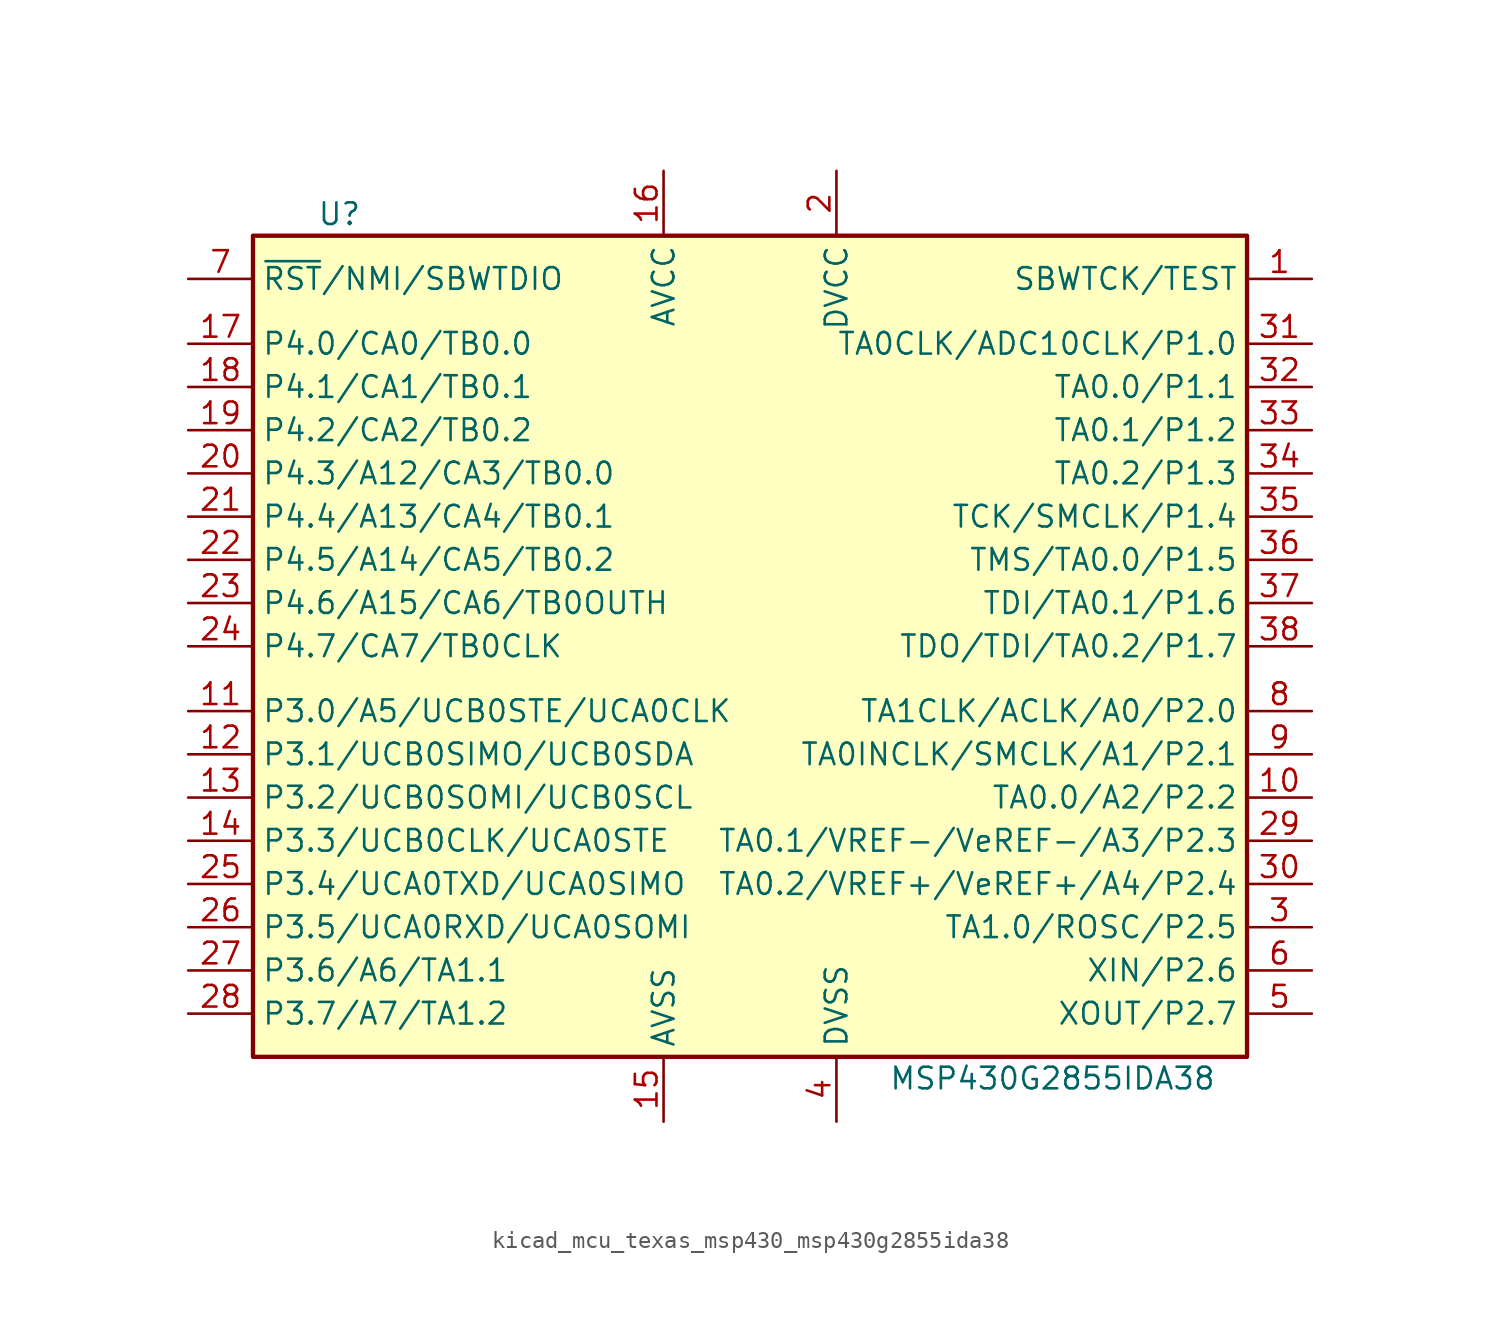
<source format=kicad_sym>
(kicad_symbol_lib
  (version 20220914)
  (generator kicad_symbol_editor)
  (symbol "kicad_mcu_texas_msp430_msp430g2855ida38"
    (property "Reference" "U"
      (at -24.13 25.4 0)
      (effects (font (size 1.27 1.27))))
    (property "Value" "MSP430G2855IDA38"
      (at 17.78 -25.4 0)
      (effects (font (size 1.27 1.27))))
    (symbol "kicad_mcu_texas_msp430_msp430g2855ida38_0_1"
      (rectangle (start -29.21 24.13) (end 29.21 -24.13) (stroke (width 0.254) (type default)) (fill (type background))))
    (symbol "kicad_mcu_texas_msp430_msp430g2855ida38_1_1"
      (pin input line (at 33.02 21.59 180) (length 3.81) (name "SBWTCK/TEST" (effects (font (size 1.27 1.27)))) (number "1" (effects (font (size 1.27 1.27)))))
      (pin bidirectional line (at 33.02 -8.89 180) (length 3.81) (name "TA0.0/A2/P2.2" (effects (font (size 1.27 1.27)))) (number "10" (effects (font (size 1.27 1.27)))))
      (pin bidirectional line (at -33.02 -3.81 0) (length 3.81) (name "P3.0/A5/UCB0STE/UCA0CLK" (effects (font (size 1.27 1.27)))) (number "11" (effects (font (size 1.27 1.27)))))
      (pin bidirectional line (at -33.02 -6.35 0) (length 3.81) (name "P3.1/UCB0SIMO/UCB0SDA" (effects (font (size 1.27 1.27)))) (number "12" (effects (font (size 1.27 1.27)))))
      (pin bidirectional line (at -33.02 -8.89 0) (length 3.81) (name "P3.2/UCB0SOMI/UCB0SCL" (effects (font (size 1.27 1.27)))) (number "13" (effects (font (size 1.27 1.27)))))
      (pin bidirectional line (at -33.02 -11.43 0) (length 3.81) (name "P3.3/UCB0CLK/UCA0STE" (effects (font (size 1.27 1.27)))) (number "14" (effects (font (size 1.27 1.27)))))
      (pin power_in line (at -5.08 -27.94 90) (length 3.81) (name "AVSS" (effects (font (size 1.27 1.27)))) (number "15" (effects (font (size 1.27 1.27)))))
      (pin power_in line (at -5.08 27.94 270) (length 3.81) (name "AVCC" (effects (font (size 1.27 1.27)))) (number "16" (effects (font (size 1.27 1.27)))))
      (pin bidirectional line (at -33.02 17.78 0) (length 3.81) (name "P4.0/CA0/TB0.0" (effects (font (size 1.27 1.27)))) (number "17" (effects (font (size 1.27 1.27)))))
      (pin bidirectional line (at -33.02 15.24 0) (length 3.81) (name "P4.1/CA1/TB0.1" (effects (font (size 1.27 1.27)))) (number "18" (effects (font (size 1.27 1.27)))))
      (pin bidirectional line (at -33.02 12.7 0) (length 3.81) (name "P4.2/CA2/TB0.2" (effects (font (size 1.27 1.27)))) (number "19" (effects (font (size 1.27 1.27)))))
      (pin power_in line (at 5.08 27.94 270) (length 3.81) (name "DVCC" (effects (font (size 1.27 1.27)))) (number "2" (effects (font (size 1.27 1.27)))))
      (pin bidirectional line (at -33.02 10.16 0) (length 3.81) (name "P4.3/A12/CA3/TB0.0" (effects (font (size 1.27 1.27)))) (number "20" (effects (font (size 1.27 1.27)))))
      (pin bidirectional line (at -33.02 7.62 0) (length 3.81) (name "P4.4/A13/CA4/TB0.1" (effects (font (size 1.27 1.27)))) (number "21" (effects (font (size 1.27 1.27)))))
      (pin bidirectional line (at -33.02 5.08 0) (length 3.81) (name "P4.5/A14/CA5/TB0.2" (effects (font (size 1.27 1.27)))) (number "22" (effects (font (size 1.27 1.27)))))
      (pin bidirectional line (at -33.02 2.54 0) (length 3.81) (name "P4.6/A15/CA6/TB0OUTH" (effects (font (size 1.27 1.27)))) (number "23" (effects (font (size 1.27 1.27)))))
      (pin bidirectional line (at -33.02 0 0) (length 3.81) (name "P4.7/CA7/TB0CLK" (effects (font (size 1.27 1.27)))) (number "24" (effects (font (size 1.27 1.27)))))
      (pin bidirectional line (at -33.02 -13.97 0) (length 3.81) (name "P3.4/UCA0TXD/UCA0SIMO" (effects (font (size 1.27 1.27)))) (number "25" (effects (font (size 1.27 1.27)))))
      (pin bidirectional line (at -33.02 -16.51 0) (length 3.81) (name "P3.5/UCA0RXD/UCA0SOMI" (effects (font (size 1.27 1.27)))) (number "26" (effects (font (size 1.27 1.27)))))
      (pin bidirectional line (at -33.02 -19.05 0) (length 3.81) (name "P3.6/A6/TA1.1" (effects (font (size 1.27 1.27)))) (number "27" (effects (font (size 1.27 1.27)))))
      (pin bidirectional line (at -33.02 -21.59 0) (length 3.81) (name "P3.7/A7/TA1.2" (effects (font (size 1.27 1.27)))) (number "28" (effects (font (size 1.27 1.27)))))
      (pin bidirectional line (at 33.02 -11.43 180) (length 3.81) (name "TA0.1/VREF-/VeREF-/A3/P2.3" (effects (font (size 1.27 1.27)))) (number "29" (effects (font (size 1.27 1.27)))))
      (pin bidirectional line (at 33.02 -16.51 180) (length 3.81) (name "TA1.0/ROSC/P2.5" (effects (font (size 1.27 1.27)))) (number "3" (effects (font (size 1.27 1.27)))))
      (pin bidirectional line (at 33.02 -13.97 180) (length 3.81) (name "TA0.2/VREF+/VeREF+/A4/P2.4" (effects (font (size 1.27 1.27)))) (number "30" (effects (font (size 1.27 1.27)))))
      (pin bidirectional line (at 33.02 17.78 180) (length 3.81) (name "TA0CLK/ADC10CLK/P1.0" (effects (font (size 1.27 1.27)))) (number "31" (effects (font (size 1.27 1.27)))))
      (pin bidirectional line (at 33.02 15.24 180) (length 3.81) (name "TA0.0/P1.1" (effects (font (size 1.27 1.27)))) (number "32" (effects (font (size 1.27 1.27)))))
      (pin bidirectional line (at 33.02 12.7 180) (length 3.81) (name "TA0.1/P1.2" (effects (font (size 1.27 1.27)))) (number "33" (effects (font (size 1.27 1.27)))))
      (pin bidirectional line (at 33.02 10.16 180) (length 3.81) (name "TA0.2/P1.3" (effects (font (size 1.27 1.27)))) (number "34" (effects (font (size 1.27 1.27)))))
      (pin bidirectional line (at 33.02 7.62 180) (length 3.81) (name "TCK/SMCLK/P1.4" (effects (font (size 1.27 1.27)))) (number "35" (effects (font (size 1.27 1.27)))))
      (pin bidirectional line (at 33.02 5.08 180) (length 3.81) (name "TMS/TA0.0/P1.5" (effects (font (size 1.27 1.27)))) (number "36" (effects (font (size 1.27 1.27)))))
      (pin bidirectional line (at 33.02 2.54 180) (length 3.81) (name "TDI/TA0.1/P1.6" (effects (font (size 1.27 1.27)))) (number "37" (effects (font (size 1.27 1.27)))))
      (pin bidirectional line (at 33.02 0 180) (length 3.81) (name "TDO/TDI/TA0.2/P1.7" (effects (font (size 1.27 1.27)))) (number "38" (effects (font (size 1.27 1.27)))))
      (pin power_in line (at 5.08 -27.94 90) (length 3.81) (name "DVSS" (effects (font (size 1.27 1.27)))) (number "4" (effects (font (size 1.27 1.27)))))
      (pin bidirectional line (at 33.02 -21.59 180) (length 3.81) (name "XOUT/P2.7" (effects (font (size 1.27 1.27)))) (number "5" (effects (font (size 1.27 1.27)))))
      (pin bidirectional line (at 33.02 -19.05 180) (length 3.81) (name "XIN/P2.6" (effects (font (size 1.27 1.27)))) (number "6" (effects (font (size 1.27 1.27)))))
      (pin input line (at -33.02 21.59 0) (length 3.81) (name "~{RST}/NMI/SBWTDIO" (effects (font (size 1.27 1.27)))) (number "7" (effects (font (size 1.27 1.27)))))
      (pin bidirectional line (at 33.02 -3.81 180) (length 3.81) (name "TA1CLK/ACLK/A0/P2.0" (effects (font (size 1.27 1.27)))) (number "8" (effects (font (size 1.27 1.27)))))
      (pin bidirectional line (at 33.02 -6.35 180) (length 3.81) (name "TA0INCLK/SMCLK/A1/P2.1" (effects (font (size 1.27 1.27)))) (number "9" (effects (font (size 1.27 1.27))))))))
</source>
